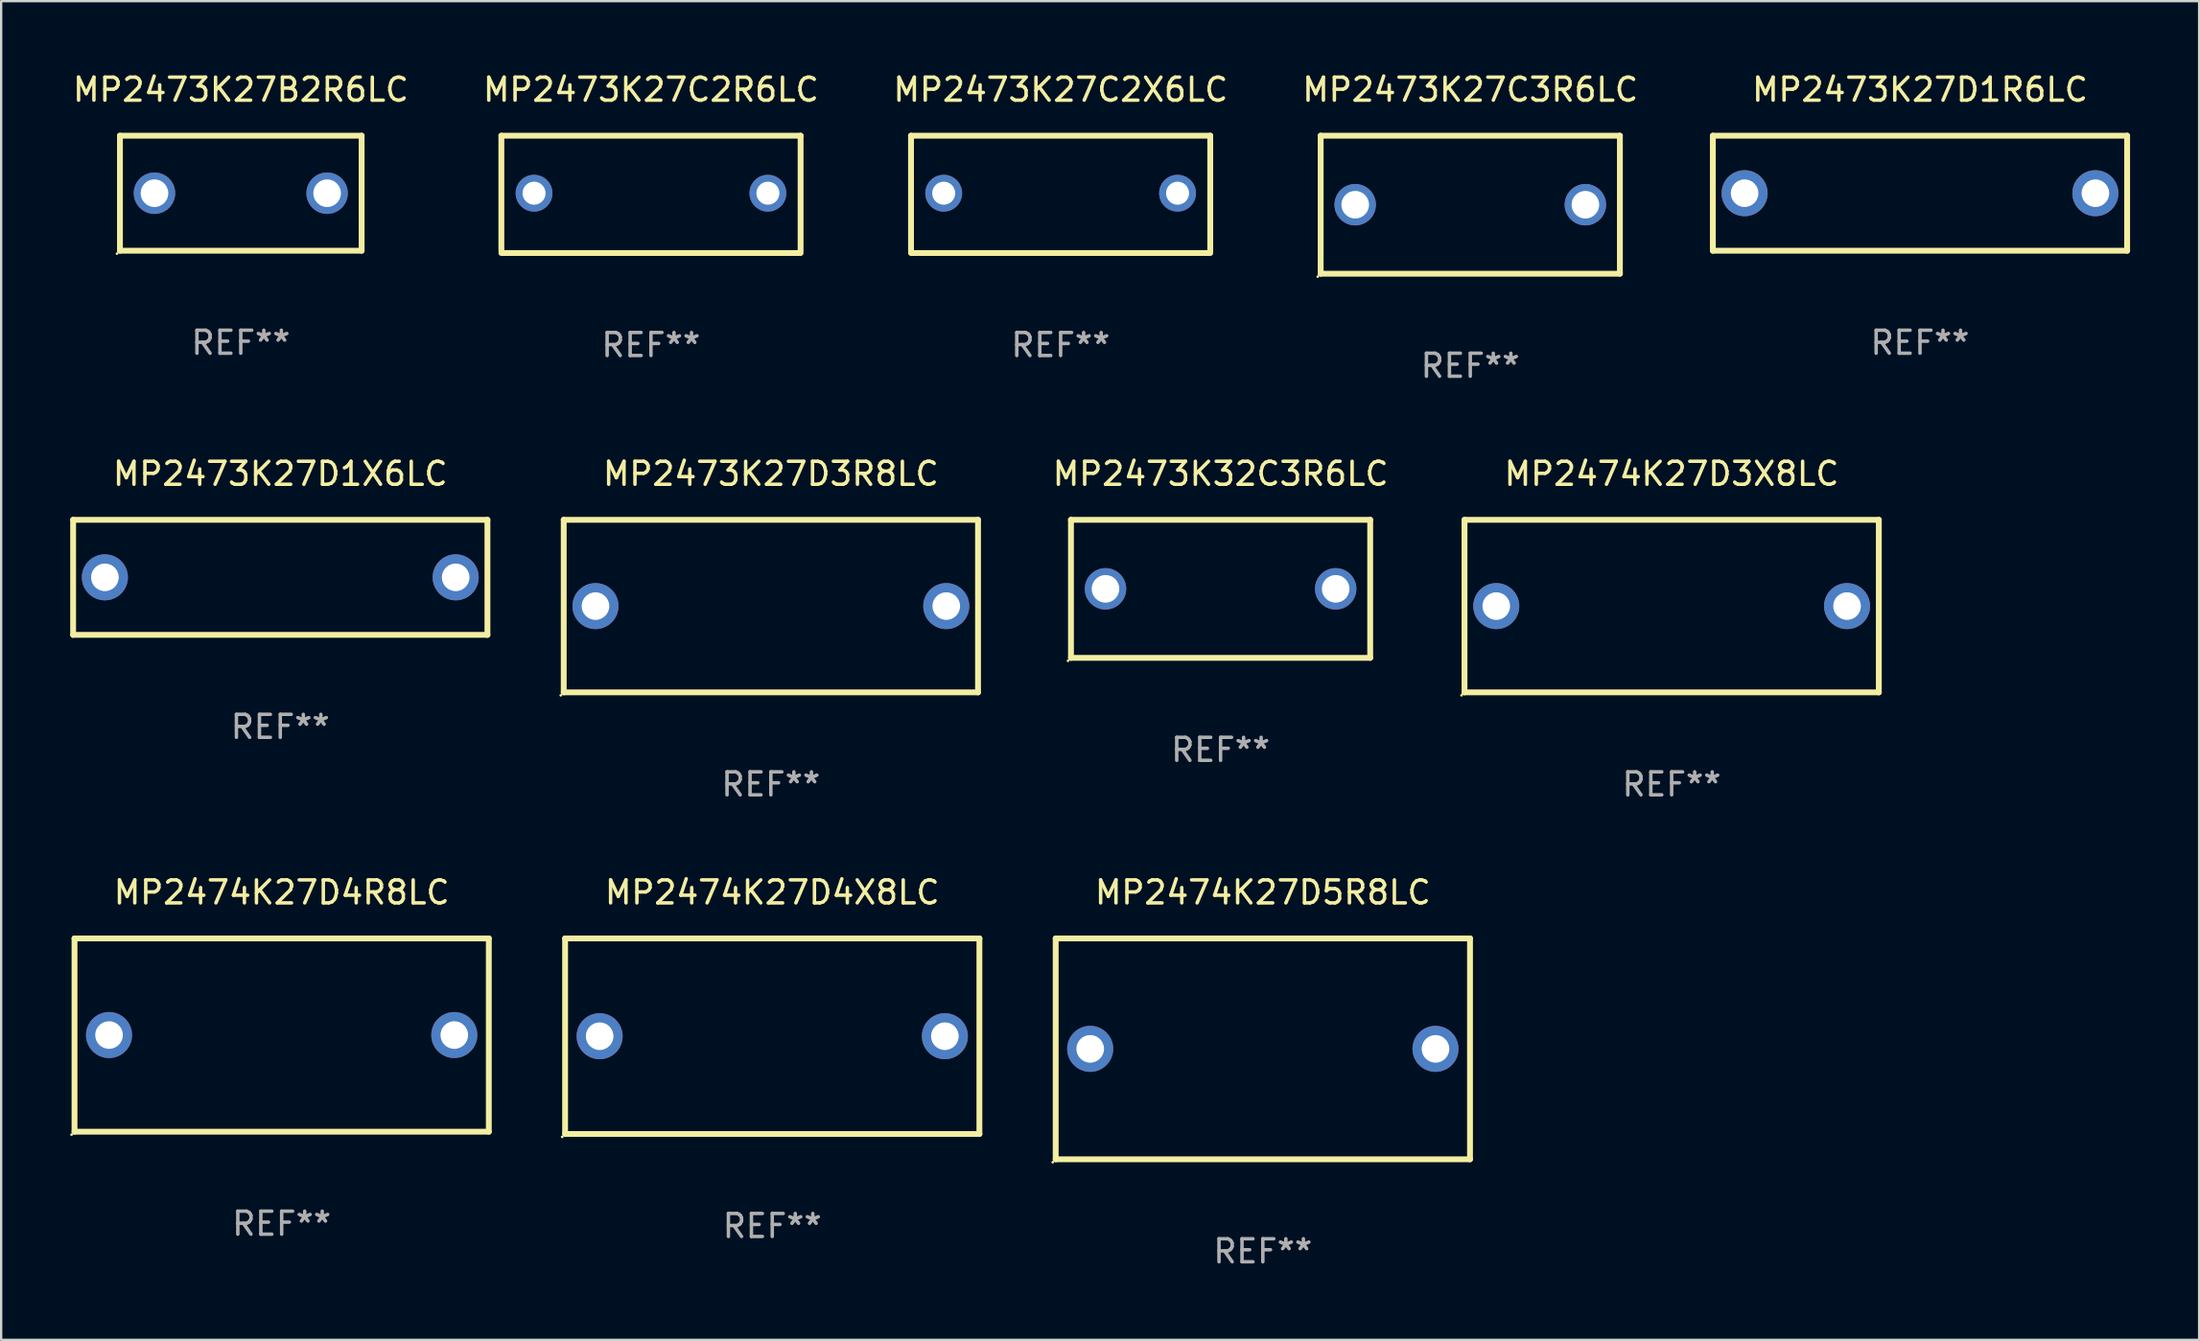
<source format=kicad_pcb>
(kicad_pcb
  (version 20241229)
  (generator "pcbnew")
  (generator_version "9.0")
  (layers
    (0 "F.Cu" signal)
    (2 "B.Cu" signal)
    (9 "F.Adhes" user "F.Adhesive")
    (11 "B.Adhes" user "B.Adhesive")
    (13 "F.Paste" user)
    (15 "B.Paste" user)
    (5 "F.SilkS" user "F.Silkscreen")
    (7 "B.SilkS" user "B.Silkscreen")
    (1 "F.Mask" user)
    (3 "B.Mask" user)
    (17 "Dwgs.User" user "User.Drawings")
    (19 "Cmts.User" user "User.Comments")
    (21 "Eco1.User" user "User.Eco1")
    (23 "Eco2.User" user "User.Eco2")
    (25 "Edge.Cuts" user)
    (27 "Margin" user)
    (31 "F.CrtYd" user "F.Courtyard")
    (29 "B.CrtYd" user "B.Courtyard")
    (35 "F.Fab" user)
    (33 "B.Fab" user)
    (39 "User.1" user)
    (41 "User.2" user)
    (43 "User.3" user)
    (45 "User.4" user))
  (footprint "MP2473K27D1R6LC"
    (layer "F.Cu")
    (at 80.365 5.348)
    (property "Reference" "MP2473K27D1R6LC" (at 0 -4.5 0) (layer "F.SilkS") (effects (font (size 1 1) (thickness 0.15))))
    (attr through_hole)
    (fp_line (start -9 -2.5) (end 9 -2.5) (stroke (width 0.254) (type solid)) (layer "F.SilkS"))
    (fp_line (start -9 2.5) (end -9 -2.5) (stroke (width 0.254) (type solid)) (layer "F.SilkS"))
    (fp_line (start 9 -2.5) (end 9 2.5) (stroke (width 0.254) (type solid)) (layer "F.SilkS"))
    (fp_line (start 9 2.5) (end -9 2.5) (stroke (width 0.254) (type solid)) (layer "F.SilkS"))
    (fp_circle (center -9 2.5) (end -8.97 2.5) (stroke (width 0.06) (type solid)) (fill no) (layer "F.SilkS"))
    (fp_text user "REF**" (at 0 6.5 0) (layer "F.Fab") (effects (font (size 1 1) (thickness 0.15))))
    (pad "1" thru_hole circle (at -7.62 -0.000127) (size 2 2) (drill 1.2) (layers "*.Cu" "*.Mask"))
    (pad "2" thru_hole circle (at 7.62 -0.000127) (size 2 2) (drill 1.2) (layers "*.Cu" "*.Mask")))
  (footprint "MP2474K27D5R8LC"
    (layer "F.Cu")
    (at 51.815 42.541)
    (property "Reference" "MP2474K27D5R8LC" (at 0 -6.8 0) (layer "F.SilkS") (effects (font (size 1 1) (thickness 0.15))))
    (attr through_hole)
    (fp_line (start -9 -4.8) (end 9 -4.8) (stroke (width 0.254) (type solid)) (layer "F.SilkS"))
    (fp_line (start -9 4.8) (end -9 -4.8) (stroke (width 0.254) (type solid)) (layer "F.SilkS"))
    (fp_line (start 9 -4.8) (end 9 4.8) (stroke (width 0.254) (type solid)) (layer "F.SilkS"))
    (fp_line (start 9 4.8) (end -9 4.8) (stroke (width 0.254) (type solid)) (layer "F.SilkS"))
    (fp_circle (center -9.127 4.927) (end -9.097 4.927) (stroke (width 0.06) (type solid)) (fill no) (layer "F.SilkS"))
    (fp_text user "REF**" (at 0 8.8 0) (layer "F.Fab") (effects (font (size 1 1) (thickness 0.15))))
    (pad "1" thru_hole circle (at -7.501 0) (size 2 2) (drill 1.2) (layers "*.Cu" "*.Mask"))
    (pad "2" thru_hole circle (at 7.501 0) (size 2 2) (drill 1.2) (layers "*.Cu" "*.Mask")))
  (footprint "MP2473K27C2R6LC"
    (layer "F.Cu")
    (at 25.232 5.398)
    (property "Reference" "MP2473K27C2R6LC" (at 0 -4.55 0) (layer "F.SilkS") (effects (font (size 1 1) (thickness 0.15))))
    (attr through_hole)
    (fp_line (start -6.5 -2.55) (end 6.5 -2.55) (stroke (width 0.254) (type solid)) (layer "F.SilkS"))
    (fp_line (start -6.5 2.45) (end -6.5 -2.55) (stroke (width 0.254) (type solid)) (layer "F.SilkS"))
    (fp_line (start 6.5 -2.55) (end 6.5 2.45) (stroke (width 0.254) (type solid)) (layer "F.SilkS"))
    (fp_line (start 6.5 2.55) (end -6.5 2.55) (stroke (width 0.254) (type solid)) (layer "F.SilkS"))
    (fp_circle (center -6.5 2.45) (end -6.47 2.45) (stroke (width 0.06) (type solid)) (fill no) (layer "F.SilkS"))
    (fp_text user "REF**" (at 0 6.55 0) (layer "F.Fab") (effects (font (size 1 1) (thickness 0.15))))
    (pad "1" thru_hole circle (at -5.08 -0.05) (size 1.6 1.6) (drill 1) (layers "*.Cu" "*.Mask"))
    (pad "2" thru_hole circle (at 5.08 -0.05) (size 1.6 1.6) (drill 1) (layers "*.Cu" "*.Mask")))
  (footprint "MP2474K27D4X8LC"
    (layer "F.Cu")
    (at 30.501 41.991)
    (property "Reference" "MP2474K27D4X8LC" (at 0 -6.25 0) (layer "F.SilkS") (effects (font (size 1 1) (thickness 0.15))))
    (attr through_hole)
    (fp_line (start -9 -4.25) (end -9 4.25) (stroke (width 0.254) (type solid)) (layer "F.SilkS"))
    (fp_line (start -9 -4.25) (end 9 -4.25) (stroke (width 0.254) (type solid)) (layer "F.SilkS"))
    (fp_line (start 9 4.25) (end -9 4.25) (stroke (width 0.254) (type solid)) (layer "F.SilkS"))
    (fp_line (start 9 4.25) (end 9 -4.25) (stroke (width 0.254) (type solid)) (layer "F.SilkS"))
    (fp_circle (center -9.127 4.377) (end -9.097 4.377) (stroke (width 0.06) (type solid)) (fill no) (layer "F.SilkS"))
    (fp_text user "REF**" (at 0 8.25 0) (layer "F.Fab") (effects (font (size 1 1) (thickness 0.15))))
    (pad "1" thru_hole circle (at -7.5 0) (size 2 2) (drill 1.2) (layers "*.Cu" "*.Mask"))
    (pad "2" thru_hole circle (at 7.5 0) (size 2 2) (drill 1.2) (layers "*.Cu" "*.Mask")))
  (footprint "MP2474K27D3X8LC"
    (layer "F.Cu")
    (at 69.576 23.295)
    (property "Reference" "MP2474K27D3X8LC" (at 0 -5.75 0) (layer "F.SilkS") (effects (font (size 1 1) (thickness 0.15))))
    (attr through_hole)
    (fp_line (start -9 -3.75) (end 9 -3.75) (stroke (width 0.254) (type solid)) (layer "F.SilkS"))
    (fp_line (start -9 3.75) (end -9 -3.75) (stroke (width 0.254) (type solid)) (layer "F.SilkS"))
    (fp_line (start 9 -3.75) (end 9 3.75) (stroke (width 0.254) (type solid)) (layer "F.SilkS"))
    (fp_line (start 9 3.75) (end -9 3.75) (stroke (width 0.254) (type solid)) (layer "F.SilkS"))
    (fp_circle (center -9.127 3.877) (end -9.097 3.877) (stroke (width 0.06) (type solid)) (fill no) (layer "F.SilkS"))
    (fp_text user "REF**" (at 0 7.75 0) (layer "F.Fab") (effects (font (size 1 1) (thickness 0.15))))
    (pad "1" thru_hole circle (at -7.62 0) (size 2 2) (drill 1.2) (layers "*.Cu" "*.Mask"))
    (pad "2" thru_hole circle (at 7.62 0) (size 2 2) (drill 1.2) (layers "*.Cu" "*.Mask")))
  (footprint "MP2473K27C3R6LC"
    (layer "F.Cu")
    (at 60.827 5.848)
    (property "Reference" "MP2473K27C3R6LC" (at 0 -5 0) (layer "F.SilkS") (effects (font (size 1 1) (thickness 0.15))))
    (attr through_hole)
    (fp_line (start -6.5 -3) (end 6.5 -3) (stroke (width 0.254) (type solid)) (layer "F.SilkS"))
    (fp_line (start -6.5 3) (end -6.5 -3) (stroke (width 0.254) (type solid)) (layer "F.SilkS"))
    (fp_line (start -6.5 3) (end 6.5 3) (stroke (width 0.254) (type solid)) (layer "F.SilkS"))
    (fp_line (start 6.5 -3) (end 6.5 3) (stroke (width 0.254) (type solid)) (layer "F.SilkS"))
    (fp_circle (center -6.627 3.127) (end -6.597 3.127) (stroke (width 0.06) (type solid)) (fill no) (layer "F.SilkS"))
    (fp_text user "REF**" (at 0 7 0) (layer "F.Fab") (effects (font (size 1 1) (thickness 0.15))))
    (pad "1" thru_hole circle (at -5 0) (size 1.8 1.8) (drill 1.2) (layers "*.Cu" "*.Mask"))
    (pad "2" thru_hole circle (at 5 0) (size 1.8 1.8) (drill 1.2) (layers "*.Cu" "*.Mask")))
  (footprint "MP2473K27D1X6LC"
    (layer "F.Cu")
    (at 9.127 22.045)
    (property "Reference" "MP2473K27D1X6LC" (at 0 -4.5 0) (layer "F.SilkS") (effects (font (size 1 1) (thickness 0.15))))
    (attr through_hole)
    (fp_line (start -9 -2.5) (end 9 -2.5) (stroke (width 0.254) (type solid)) (layer "F.SilkS"))
    (fp_line (start -9 2.5) (end -9 -2.5) (stroke (width 0.254) (type solid)) (layer "F.SilkS"))
    (fp_line (start 9 -2.5) (end 9 2.5) (stroke (width 0.254) (type solid)) (layer "F.SilkS"))
    (fp_line (start 9 2.5) (end -9 2.5) (stroke (width 0.254) (type solid)) (layer "F.SilkS"))
    (fp_circle (center -9 2.5) (end -8.97 2.5) (stroke (width 0.06) (type solid)) (fill no) (layer "F.SilkS"))
    (fp_text user "REF**" (at 0 6.5 0) (layer "F.Fab") (effects (font (size 1 1) (thickness 0.15))))
    (pad "1" thru_hole circle (at -7.62 -0.000127) (size 2 2) (drill 1.2) (layers "*.Cu" "*.Mask"))
    (pad "2" thru_hole circle (at 7.62 -0.000127) (size 2 2) (drill 1.2) (layers "*.Cu" "*.Mask")))
  (footprint "MP2473K27D3R8LC"
    (layer "F.Cu")
    (at 30.441 23.295)
    (property "Reference" "MP2473K27D3R8LC" (at 0 -5.75 0) (layer "F.SilkS") (effects (font (size 1 1) (thickness 0.15))))
    (attr through_hole)
    (fp_line (start -9 -3.75) (end 9 -3.75) (stroke (width 0.254) (type solid)) (layer "F.SilkS"))
    (fp_line (start -9 3.75) (end -9 -3.75) (stroke (width 0.254) (type solid)) (layer "F.SilkS"))
    (fp_line (start 9 -3.75) (end 9 3.75) (stroke (width 0.254) (type solid)) (layer "F.SilkS"))
    (fp_line (start 9 3.75) (end -9 3.75) (stroke (width 0.254) (type solid)) (layer "F.SilkS"))
    (fp_circle (center -9.127 3.877) (end -9.097 3.877) (stroke (width 0.06) (type solid)) (fill no) (layer "F.SilkS"))
    (fp_text user "REF**" (at 0 7.75 0) (layer "F.Fab") (effects (font (size 1 1) (thickness 0.15))))
    (pad "1" thru_hole circle (at -7.62 0) (size 2 2) (drill 1.2) (layers "*.Cu" "*.Mask"))
    (pad "2" thru_hole circle (at 7.62 0) (size 2 2) (drill 1.2) (layers "*.Cu" "*.Mask")))
  (footprint "MP2473K27B2R6LC"
    (layer "F.Cu")
    (at 7.411 5.348)
    (property "Reference" "MP2473K27B2R6LC" (at 0 -4.5 0) (layer "F.SilkS") (effects (font (size 1 1) (thickness 0.15))))
    (attr through_hole)
    (fp_line (start -5.25 -2.5) (end 5.25 -2.5) (stroke (width 0.254) (type solid)) (layer "F.SilkS"))
    (fp_line (start -5.25 2.5) (end -5.25 -2.5) (stroke (width 0.254) (type solid)) (layer "F.SilkS"))
    (fp_line (start 5.25 -2.5) (end 5.25 2.5) (stroke (width 0.254) (type solid)) (layer "F.SilkS"))
    (fp_line (start 5.25 2.5) (end -5.25 2.5) (stroke (width 0.254) (type solid)) (layer "F.SilkS"))
    (fp_circle (center -5.377 2.627) (end -5.347 2.627) (stroke (width 0.06) (type solid)) (fill no) (layer "F.SilkS"))
    (fp_text user "REF**" (at 0 6.5 0) (layer "F.Fab") (effects (font (size 1 1) (thickness 0.15))))
    (pad "1" thru_hole circle (at -3.75 0) (size 1.8 1.8) (drill 1.2) (layers "*.Cu" "*.Mask"))
    (pad "2" thru_hole circle (at 3.75 0) (size 1.8 1.8) (drill 1.2) (layers "*.Cu" "*.Mask")))
  (footprint "MP2473K27C2X6LC"
    (layer "F.Cu")
    (at 43.03 5.398)
    (property "Reference" "MP2473K27C2X6LC" (at 0 -4.55 0) (layer "F.SilkS") (effects (font (size 1 1) (thickness 0.15))))
    (attr through_hole)
    (fp_line (start -6.5 -2.55) (end 6.5 -2.55) (stroke (width 0.254) (type solid)) (layer "F.SilkS"))
    (fp_line (start -6.5 2.45) (end -6.5 -2.55) (stroke (width 0.254) (type solid)) (layer "F.SilkS"))
    (fp_line (start 6.5 -2.55) (end 6.5 2.45) (stroke (width 0.254) (type solid)) (layer "F.SilkS"))
    (fp_line (start 6.5 2.55) (end -6.5 2.55) (stroke (width 0.254) (type solid)) (layer "F.SilkS"))
    (fp_circle (center -6.5 2.45) (end -6.47 2.45) (stroke (width 0.06) (type solid)) (fill no) (layer "F.SilkS"))
    (fp_text user "REF**" (at 0 6.55 0) (layer "F.Fab") (effects (font (size 1 1) (thickness 0.15))))
    (pad "1" thru_hole circle (at -5.08 -0.05) (size 1.6 1.6) (drill 1) (layers "*.Cu" "*.Mask"))
    (pad "2" thru_hole circle (at 5.08 -0.05) (size 1.6 1.6) (drill 1) (layers "*.Cu" "*.Mask")))
  (footprint "MP2473K32C3R6LC"
    (layer "F.Cu")
    (at 49.979 22.545)
    (property "Reference" "MP2473K32C3R6LC" (at 0 -5 0) (layer "F.SilkS") (effects (font (size 1 1) (thickness 0.15))))
    (attr through_hole)
    (fp_line (start -6.5 -3) (end 6.5 -3) (stroke (width 0.254) (type solid)) (layer "F.SilkS"))
    (fp_line (start -6.5 3) (end -6.5 -3) (stroke (width 0.254) (type solid)) (layer "F.SilkS"))
    (fp_line (start -6.5 3) (end 6.5 3) (stroke (width 0.254) (type solid)) (layer "F.SilkS"))
    (fp_line (start 6.5 -3) (end 6.5 3) (stroke (width 0.254) (type solid)) (layer "F.SilkS"))
    (fp_circle (center -6.627 3.127) (end -6.597 3.127) (stroke (width 0.06) (type solid)) (fill no) (layer "F.SilkS"))
    (fp_text user "REF**" (at 0 7 0) (layer "F.Fab") (effects (font (size 1 1) (thickness 0.15))))
    (pad "1" thru_hole circle (at -5 0) (size 1.8 1.8) (drill 1.2) (layers "*.Cu" "*.Mask"))
    (pad "2" thru_hole circle (at 5 0) (size 1.8 1.8) (drill 1.2) (layers "*.Cu" "*.Mask")))
  (footprint "MP2474K27D4R8LC"
    (layer "F.Cu")
    (at 9.187 41.941)
    (property "Reference" "MP2474K27D4R8LC" (at 0 -6.2 0) (layer "F.SilkS") (effects (font (size 1 1) (thickness 0.15))))
    (attr through_hole)
    (fp_line (start -9 -4.2) (end 9 -4.2) (stroke (width 0.254) (type solid)) (layer "F.SilkS"))
    (fp_line (start -9 4.2) (end -9 -4.2) (stroke (width 0.254) (type solid)) (layer "F.SilkS"))
    (fp_line (start 9 -4.2) (end 9 4.2) (stroke (width 0.254) (type solid)) (layer "F.SilkS"))
    (fp_line (start 9 4.2) (end -9 4.2) (stroke (width 0.254) (type solid)) (layer "F.SilkS"))
    (fp_circle (center -9.127 4.327) (end -9.097 4.327) (stroke (width 0.06) (type solid)) (fill no) (layer "F.SilkS"))
    (fp_text user "REF**" (at 0 8.2 0) (layer "F.Fab") (effects (font (size 1 1) (thickness 0.15))))
    (pad "1" thru_hole circle (at -7.5 0) (size 2 2) (drill 1.2) (layers "*.Cu" "*.Mask"))
    (pad "2" thru_hole circle (at 7.5 0) (size 2 2) (drill 1.2) (layers "*.Cu" "*.Mask")))
  (gr_rect
    (start -3 -3)
    (end 92.492 55.19)
    (stroke (width 0.1) (type default))
    (fill no)
    (layer "Edge.Cuts")))
</source>
